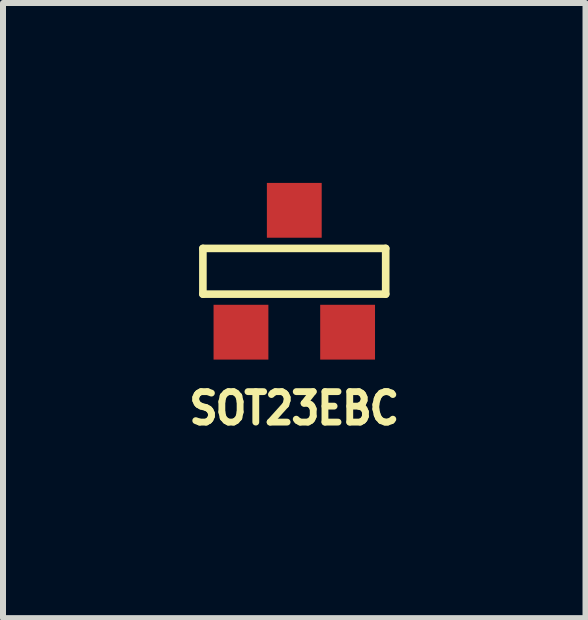
<source format=kicad_pcb>
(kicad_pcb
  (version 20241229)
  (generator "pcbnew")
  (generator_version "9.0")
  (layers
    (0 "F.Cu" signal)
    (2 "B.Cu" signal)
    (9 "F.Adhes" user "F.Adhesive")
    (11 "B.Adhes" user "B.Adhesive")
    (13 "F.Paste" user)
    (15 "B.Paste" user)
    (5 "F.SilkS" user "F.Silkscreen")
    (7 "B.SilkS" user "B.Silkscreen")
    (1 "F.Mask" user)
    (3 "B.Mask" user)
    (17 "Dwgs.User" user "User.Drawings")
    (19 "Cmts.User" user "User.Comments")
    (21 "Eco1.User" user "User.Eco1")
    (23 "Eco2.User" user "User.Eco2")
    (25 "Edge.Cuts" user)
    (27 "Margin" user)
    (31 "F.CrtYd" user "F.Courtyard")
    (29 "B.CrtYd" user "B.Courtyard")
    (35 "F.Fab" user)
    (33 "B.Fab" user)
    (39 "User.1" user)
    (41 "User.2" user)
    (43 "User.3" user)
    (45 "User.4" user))
  (footprint "SOT23EBC"
    (layer "F.Cu")
    (at 1.857 2.489)
    (property "Reference" "SOT23EBC" (at 0 1.27 180) (layer "F.SilkS") (effects (font (size 0.508 0.457) (thickness 0.114))))
    (attr smd)
    (fp_line (start -1.524 -1.397) (end 1.524 -1.397) (stroke (width 0.127) (type solid)) (layer "F.SilkS"))
    (fp_line (start -1.524 -0.635) (end -1.524 -1.397) (stroke (width 0.127) (type solid)) (layer "F.SilkS"))
    (fp_line (start 1.524 -1.397) (end 1.524 -0.635) (stroke (width 0.127) (type solid)) (layer "F.SilkS"))
    (fp_line (start 1.524 -0.635) (end -1.524 -0.635) (stroke (width 0.127) (type solid)) (layer "F.SilkS"))
    (pad "1" smd rect (at -0.889 0 180) (size 0.914 0.914) (layers "F.Cu" "F.Mask" "F.Paste"))
    (pad "2" smd rect (at 0.889 0 180) (size 0.914 0.914) (layers "F.Cu" "F.Mask" "F.Paste"))
    (pad "3" smd rect (at 0 -2.032 180) (size 0.914 0.914) (layers "F.Cu" "F.Mask" "F.Paste")))
  (gr_rect
    (start -3 -3)
    (end 6.713 7.257)
    (stroke (width 0.1) (type default))
    (fill no)
    (layer "Edge.Cuts")))
</source>
